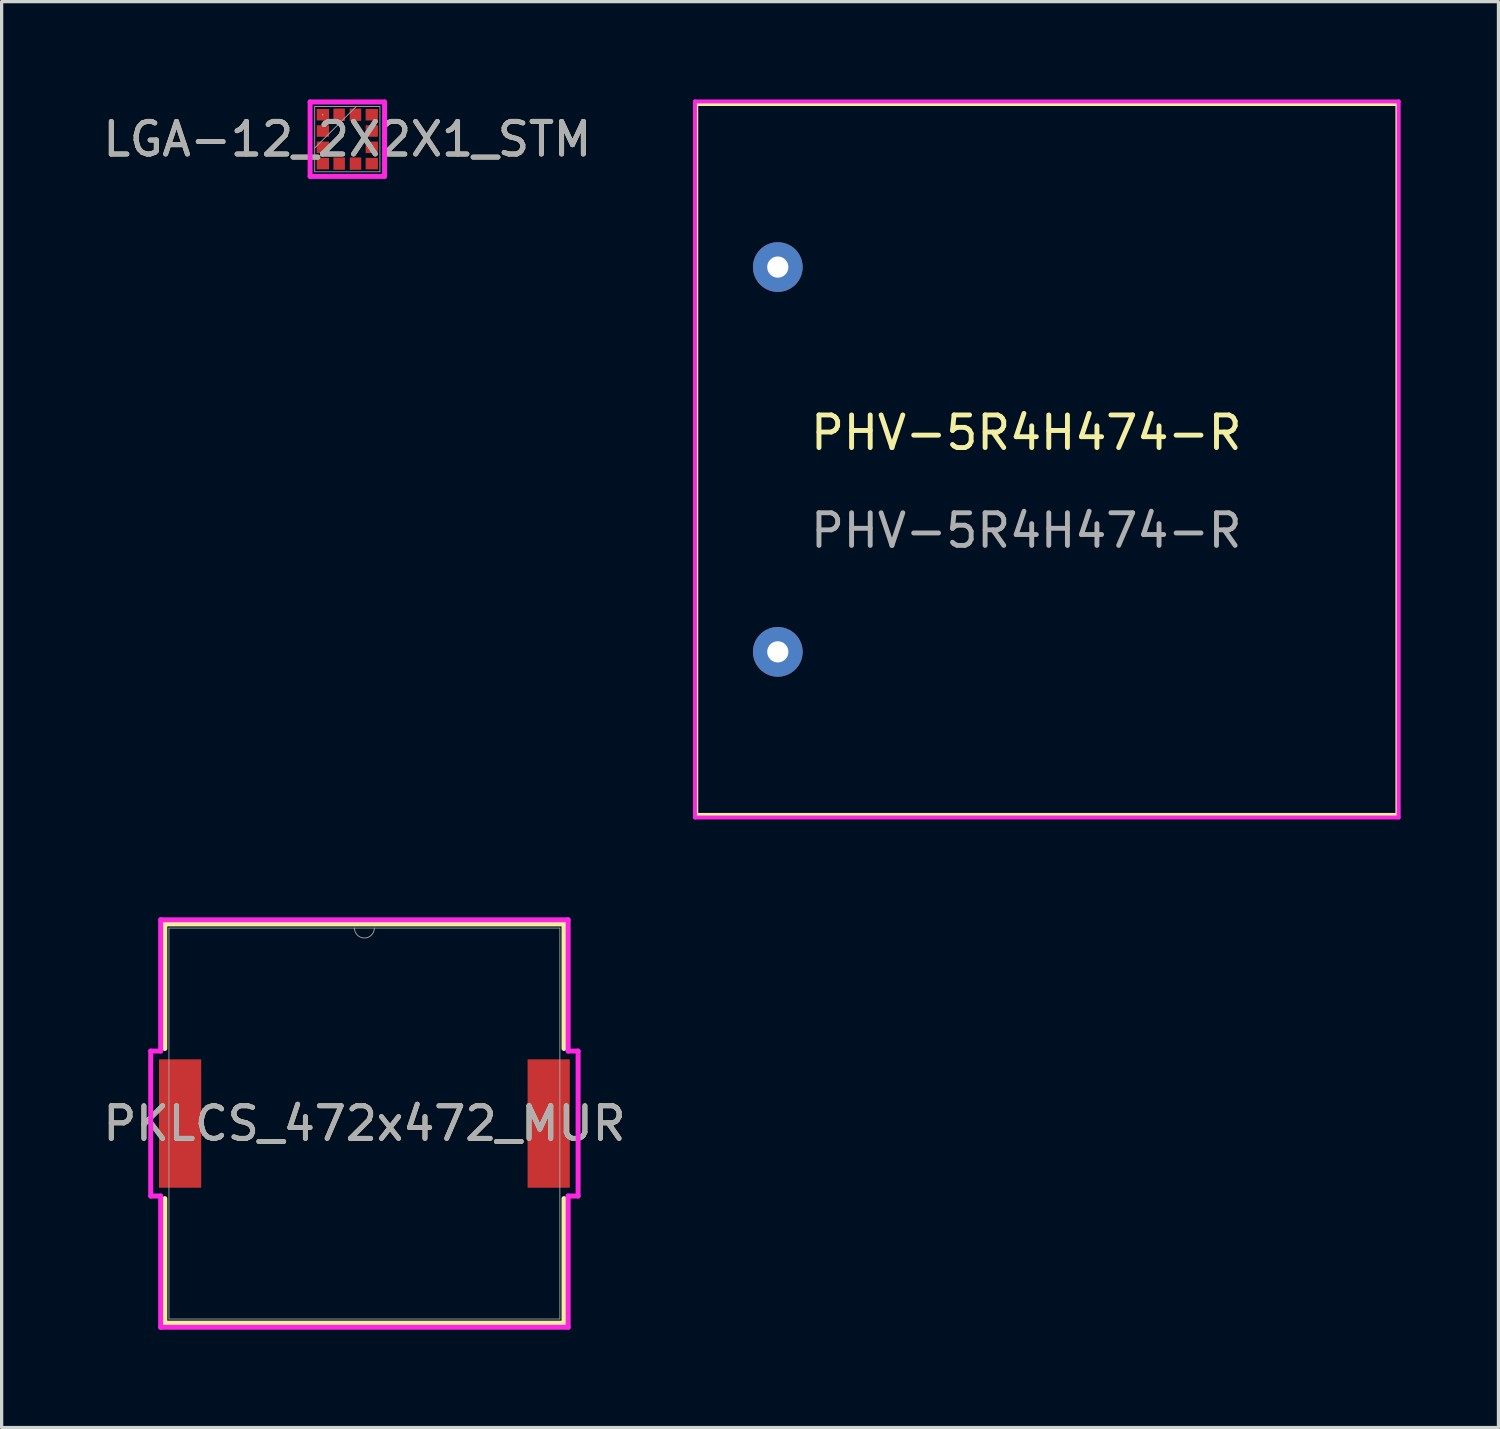
<source format=kicad_pcb>
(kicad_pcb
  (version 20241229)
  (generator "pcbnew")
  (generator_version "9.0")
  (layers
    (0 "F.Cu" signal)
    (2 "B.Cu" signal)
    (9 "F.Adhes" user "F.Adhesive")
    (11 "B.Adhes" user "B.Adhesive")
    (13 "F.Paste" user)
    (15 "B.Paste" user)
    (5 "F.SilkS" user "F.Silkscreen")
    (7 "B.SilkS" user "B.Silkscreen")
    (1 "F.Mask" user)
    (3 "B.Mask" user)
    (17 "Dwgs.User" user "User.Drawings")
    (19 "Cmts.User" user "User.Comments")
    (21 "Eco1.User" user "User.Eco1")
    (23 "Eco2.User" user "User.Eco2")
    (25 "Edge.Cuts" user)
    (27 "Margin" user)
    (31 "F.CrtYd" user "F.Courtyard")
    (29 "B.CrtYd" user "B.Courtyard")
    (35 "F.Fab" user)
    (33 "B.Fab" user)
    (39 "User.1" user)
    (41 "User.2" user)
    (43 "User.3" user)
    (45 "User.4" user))
  (footprint "PKLCS_472x472_MUR"
    (layer "F.Cu")
    (at 8.125 31.405)
    (property "Reference" "PKLCS_472x472_MUR" (at 0 0 0) (unlocked yes) (layer "F.SilkS") (effects (font (size 1 1) (thickness 0.15))))
    (attr smd)
    (fp_line (start -6.121 -6.121) (end -6.121 -2.301) (stroke (width 0.152) (type solid)) (layer "F.SilkS"))
    (fp_line (start -6.121 2.301) (end -6.121 6.121) (stroke (width 0.152) (type solid)) (layer "F.SilkS"))
    (fp_line (start -6.121 6.121) (end 6.121 6.121) (stroke (width 0.152) (type solid)) (layer "F.SilkS"))
    (fp_line (start 6.121 -6.121) (end -6.121 -6.121) (stroke (width 0.152) (type solid)) (layer "F.SilkS"))
    (fp_line (start 6.121 -2.301) (end 6.121 -6.121) (stroke (width 0.152) (type solid)) (layer "F.SilkS"))
    (fp_line (start 6.121 6.121) (end 6.121 2.301) (stroke (width 0.152) (type solid)) (layer "F.SilkS"))
    (fp_line (start -6.553 -2.223) (end -6.248 -2.223) (stroke (width 0.152) (type solid)) (layer "F.CrtYd"))
    (fp_line (start -6.553 2.223) (end -6.553 -2.223) (stroke (width 0.152) (type solid)) (layer "F.CrtYd"))
    (fp_line (start -6.553 2.223) (end -6.248 2.223) (stroke (width 0.152) (type solid)) (layer "F.CrtYd"))
    (fp_line (start -6.248 -6.248) (end 6.248 -6.248) (stroke (width 0.152) (type solid)) (layer "F.CrtYd"))
    (fp_line (start -6.248 -2.223) (end -6.248 -6.248) (stroke (width 0.152) (type solid)) (layer "F.CrtYd"))
    (fp_line (start -6.248 6.248) (end -6.248 2.223) (stroke (width 0.152) (type solid)) (layer "F.CrtYd"))
    (fp_line (start 6.248 -6.248) (end 6.248 -2.223) (stroke (width 0.152) (type solid)) (layer "F.CrtYd"))
    (fp_line (start 6.248 2.223) (end 6.248 6.248) (stroke (width 0.152) (type solid)) (layer "F.CrtYd"))
    (fp_line (start 6.248 6.248) (end -6.248 6.248) (stroke (width 0.152) (type solid)) (layer "F.CrtYd"))
    (fp_line (start 6.553 -2.223) (end 6.248 -2.223) (stroke (width 0.152) (type solid)) (layer "F.CrtYd"))
    (fp_line (start 6.553 -2.223) (end 6.553 2.223) (stroke (width 0.152) (type solid)) (layer "F.CrtYd"))
    (fp_line (start 6.553 2.223) (end 6.248 2.223) (stroke (width 0.152) (type solid)) (layer "F.CrtYd"))
    (fp_line (start -5.994 -5.994) (end -5.994 5.994) (stroke (width 0.025) (type solid)) (layer "F.Fab"))
    (fp_line (start -5.994 5.994) (end 5.994 5.994) (stroke (width 0.025) (type solid)) (layer "F.Fab"))
    (fp_line (start 5.994 -5.994) (end -5.994 -5.994) (stroke (width 0.025) (type solid)) (layer "F.Fab"))
    (fp_line (start 5.994 5.994) (end 5.994 -5.994) (stroke (width 0.025) (type solid)) (layer "F.Fab"))
    (fp_arc (start 0.3048 -5.9944) (mid 0 -5.6896) (end -0.3048 -5.9944) (stroke (width 0.0254) (type solid)) (layer "F.Fab"))
    (fp_circle (center -5.004 0) (end -4.928 0) (stroke (width 0.025) (type solid)) (fill no) (layer "F.Fab"))
    (fp_text user "${REFERENCE}" (at 0 0 0) (unlocked yes) (layer "F.Fab") (effects (font (size 1 1) (thickness 0.15))))
    (pad "1" smd rect (at -5.652 0) (size 1.295 3.937) (layers "F.Cu" "F.Mask" "F.Paste"))
    (pad "2" smd rect (at 5.652 0) (size 1.295 3.937) (layers "F.Cu" "F.Mask" "F.Paste")))
  (footprint "PHV-5R4H474-R"
    (layer "F.Cu")
    (at 20.802 5.14)
    (property "Reference" "PHV-5R4H474-R" (at 7.62 5.08 0) (unlocked yes) (layer "F.SilkS") (effects (font (size 1 1) (thickness 0.15))))
    (attr through_hole)
    (fp_line (start -2.5 -5) (end 19 -5) (stroke (width 0.12) (type default)) (layer "F.SilkS"))
    (fp_line (start -2.5 16.8) (end -2.5 -5) (stroke (width 0.12) (type default)) (layer "F.SilkS"))
    (fp_line (start 19 16.8) (end -2.5 16.8) (stroke (width 0.12) (type default)) (layer "F.SilkS"))
    (fp_line (start 19 16.8) (end 19 -5) (stroke (width 0.12) (type default)) (layer "F.SilkS"))
    (fp_line (start -2.54 -5.08) (end 19.04 -5.08) (stroke (width 0.12) (type default)) (layer "F.CrtYd"))
    (fp_line (start -2.54 16.88) (end -2.54 -5.08) (stroke (width 0.12) (type default)) (layer "F.CrtYd"))
    (fp_line (start -2.54 16.88) (end 19.04 16.88) (stroke (width 0.12) (type default)) (layer "F.CrtYd"))
    (fp_line (start 19.04 16.88) (end 19.04 -5.08) (stroke (width 0.12) (type default)) (layer "F.CrtYd"))
    (fp_text user "${REFERENCE}" (at 7.62 8.08 0) (unlocked yes) (layer "F.Fab") (effects (font (size 1 1) (thickness 0.15))))
    (pad "1" thru_hole circle (at 0 0) (size 1.524 1.524) (drill 0.65) (layers "*.Cu" "*.Mask"))
    (pad "2" thru_hole circle (at 0 11.8) (size 1.524 1.524) (drill 0.65) (layers "*.Cu" "*.Mask")))
  (footprint "LGA-12_2X2X1_STM"
    (layer "F.Cu")
    (at 7.601 1.218)
    (property "Reference" "LGA-12_2X2X1_STM" (at 0 0 0) (unlocked yes) (layer "F.SilkS") (effects (font (size 1 1) (thickness 0.15))))
    (attr smd)
    (fp_line (start -1.141 -1.141) (end 1.141 -1.141) (stroke (width 0.152) (type solid)) (layer "F.CrtYd"))
    (fp_line (start -1.141 1.141) (end -1.141 -1.141) (stroke (width 0.152) (type solid)) (layer "F.CrtYd"))
    (fp_line (start 1.141 -1.141) (end 1.141 1.141) (stroke (width 0.152) (type solid)) (layer "F.CrtYd"))
    (fp_line (start 1.141 1.141) (end -1.141 1.141) (stroke (width 0.152) (type solid)) (layer "F.CrtYd"))
    (fp_line (start -1 -1) (end -1 1) (stroke (width 0.025) (type solid)) (layer "F.Fab"))
    (fp_line (start -1 0.27) (end 0.27 -1) (stroke (width 0.025) (type solid)) (layer "F.Fab"))
    (fp_line (start -1 1) (end 1 1) (stroke (width 0.025) (type solid)) (layer "F.Fab"))
    (fp_line (start 1 -1) (end -1 -1) (stroke (width 0.025) (type solid)) (layer "F.Fab"))
    (fp_line (start 1 1) (end 1 -1) (stroke (width 0.025) (type solid)) (layer "F.Fab"))
    (fp_circle (center -0.756 -0.75) (end -0.756 -0.75) (stroke (width 0.025) (type solid)) (fill no) (layer "F.Fab"))
    (fp_text user "${REFERENCE}" (at 0 0 0) (unlocked yes) (layer "F.Fab") (effects (font (size 1 1) (thickness 0.15))))
    (pad "1" smd rect (at -0.75 -0.75) (size 0.377 0.352) (layers "F.Cu" "F.Mask" "F.Paste"))
    (pad "2" smd rect (at -0.75 -0.25) (size 0.377 0.352) (layers "F.Cu" "F.Mask" "F.Paste"))
    (pad "3" smd rect (at -0.75 0.25) (size 0.377 0.352) (layers "F.Cu" "F.Mask" "F.Paste"))
    (pad "4" smd rect (at -0.75 0.75) (size 0.377 0.352) (layers "F.Cu" "F.Mask" "F.Paste"))
    (pad "5" smd rect (at -0.25 0.75 90) (size 0.377 0.352) (layers "F.Cu" "F.Mask" "F.Paste"))
    (pad "6" smd rect (at 0.25 0.75 90) (size 0.377 0.352) (layers "F.Cu" "F.Mask" "F.Paste"))
    (pad "7" smd rect (at 0.75 0.75) (size 0.377 0.352) (layers "F.Cu" "F.Mask" "F.Paste"))
    (pad "8" smd rect (at 0.75 0.25) (size 0.377 0.352) (layers "F.Cu" "F.Mask" "F.Paste"))
    (pad "9" smd rect (at 0.75 -0.25) (size 0.377 0.352) (layers "F.Cu" "F.Mask" "F.Paste"))
    (pad "10" smd rect (at 0.75 -0.75) (size 0.377 0.352) (layers "F.Cu" "F.Mask" "F.Paste"))
    (pad "11" smd rect (at 0.25 -0.75 90) (size 0.377 0.352) (layers "F.Cu" "F.Mask" "F.Paste"))
    (pad "12" smd rect (at -0.25 -0.75 90) (size 0.377 0.352) (layers "F.Cu" "F.Mask" "F.Paste")))
  (gr_rect
    (start -3 -3)
    (end 42.902 40.729)
    (stroke (width 0.1) (type default))
    (fill no)
    (layer "Edge.Cuts")))
</source>
